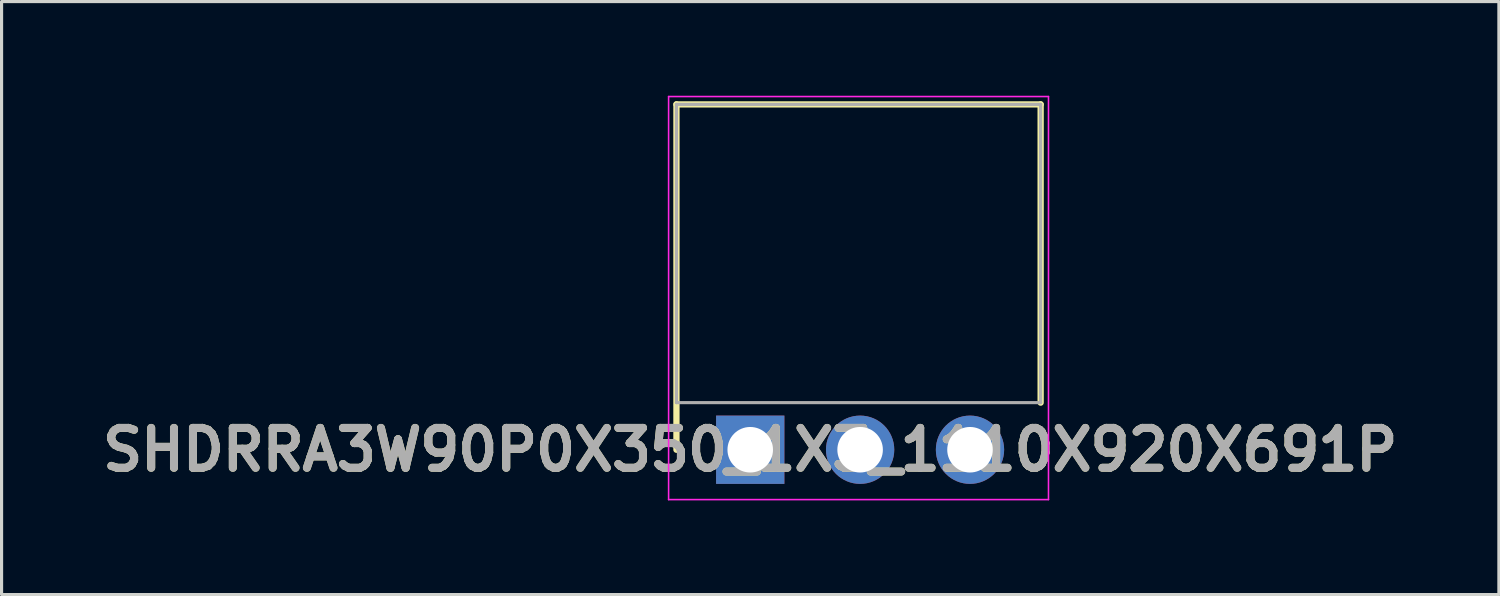
<source format=kicad_pcb>
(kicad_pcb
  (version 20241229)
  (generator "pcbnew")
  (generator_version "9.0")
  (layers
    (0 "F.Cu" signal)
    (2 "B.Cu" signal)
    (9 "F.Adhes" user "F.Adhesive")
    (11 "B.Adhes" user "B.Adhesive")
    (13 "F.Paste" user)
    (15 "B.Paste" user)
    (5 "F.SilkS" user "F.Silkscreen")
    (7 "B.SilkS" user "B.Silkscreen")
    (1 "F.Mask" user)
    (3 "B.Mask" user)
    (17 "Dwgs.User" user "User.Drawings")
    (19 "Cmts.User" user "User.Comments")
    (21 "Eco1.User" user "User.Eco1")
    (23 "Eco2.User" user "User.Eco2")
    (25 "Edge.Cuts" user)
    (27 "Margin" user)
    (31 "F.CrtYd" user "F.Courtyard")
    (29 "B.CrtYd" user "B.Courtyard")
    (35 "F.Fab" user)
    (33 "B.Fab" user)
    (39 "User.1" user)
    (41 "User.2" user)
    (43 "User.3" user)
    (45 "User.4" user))
  (footprint "SHDRRA3W90P0X350_1X3_1110X920X691P"
    (layer "F.Cu")
    (at 20.846 11.275)
    (property "Reference" "SHDRRA3W90P0X350_1X3_1110X920X691P" (at 0 0 0) (layer "F.SilkS") (effects (font (size 1.27 1.27) (thickness 0.254))))
    (attr through_hole)
    (fp_line (start -2.35 -11) (end 9.25 -11) (stroke (width 0.2) (type solid)) (layer "F.SilkS"))
    (fp_line (start -2.35 0) (end -2.35 -11) (stroke (width 0.2) (type solid)) (layer "F.SilkS"))
    (fp_line (start 9.25 -11) (end 9.25 -1.5) (stroke (width 0.2) (type solid)) (layer "F.SilkS"))
    (fp_line (start -2.6 -11.25) (end -2.6 1.588) (stroke (width 0.05) (type solid)) (layer "F.CrtYd"))
    (fp_line (start -2.6 1.588) (end 9.5 1.588) (stroke (width 0.05) (type solid)) (layer "F.CrtYd"))
    (fp_line (start 9.5 -11.25) (end -2.6 -11.25) (stroke (width 0.05) (type solid)) (layer "F.CrtYd"))
    (fp_line (start 9.5 1.588) (end 9.5 -11.25) (stroke (width 0.05) (type solid)) (layer "F.CrtYd"))
    (fp_line (start -2.35 -11) (end 9.25 -11) (stroke (width 0.1) (type solid)) (layer "F.Fab"))
    (fp_line (start -2.35 -1.5) (end -2.35 -11) (stroke (width 0.1) (type solid)) (layer "F.Fab"))
    (fp_line (start 9.25 -11) (end 9.25 -1.5) (stroke (width 0.1) (type solid)) (layer "F.Fab"))
    (fp_line (start 9.25 -1.5) (end -2.35 -1.5) (stroke (width 0.1) (type solid)) (layer "F.Fab"))
    (fp_text user "${REFERENCE}" (at 0 0 0) (layer "F.Fab") (effects (font (size 1.27 1.27) (thickness 0.254))))
    (pad "1" thru_hole rect (at 0 0) (size 2.175 2.175) (drill 1.45) (layers "*.Cu" "*.Mask"))
    (pad "2" thru_hole circle (at 3.5 0) (size 2.175 2.175) (drill 1.45) (layers "*.Cu" "*.Mask"))
    (pad "3" thru_hole circle (at 7 0) (size 2.175 2.175) (drill 1.45) (layers "*.Cu" "*.Mask")))
  (gr_rect
    (start -3 -3)
    (end 44.692 15.888)
    (stroke (width 0.1) (type default))
    (fill no)
    (layer "Edge.Cuts")))
</source>
